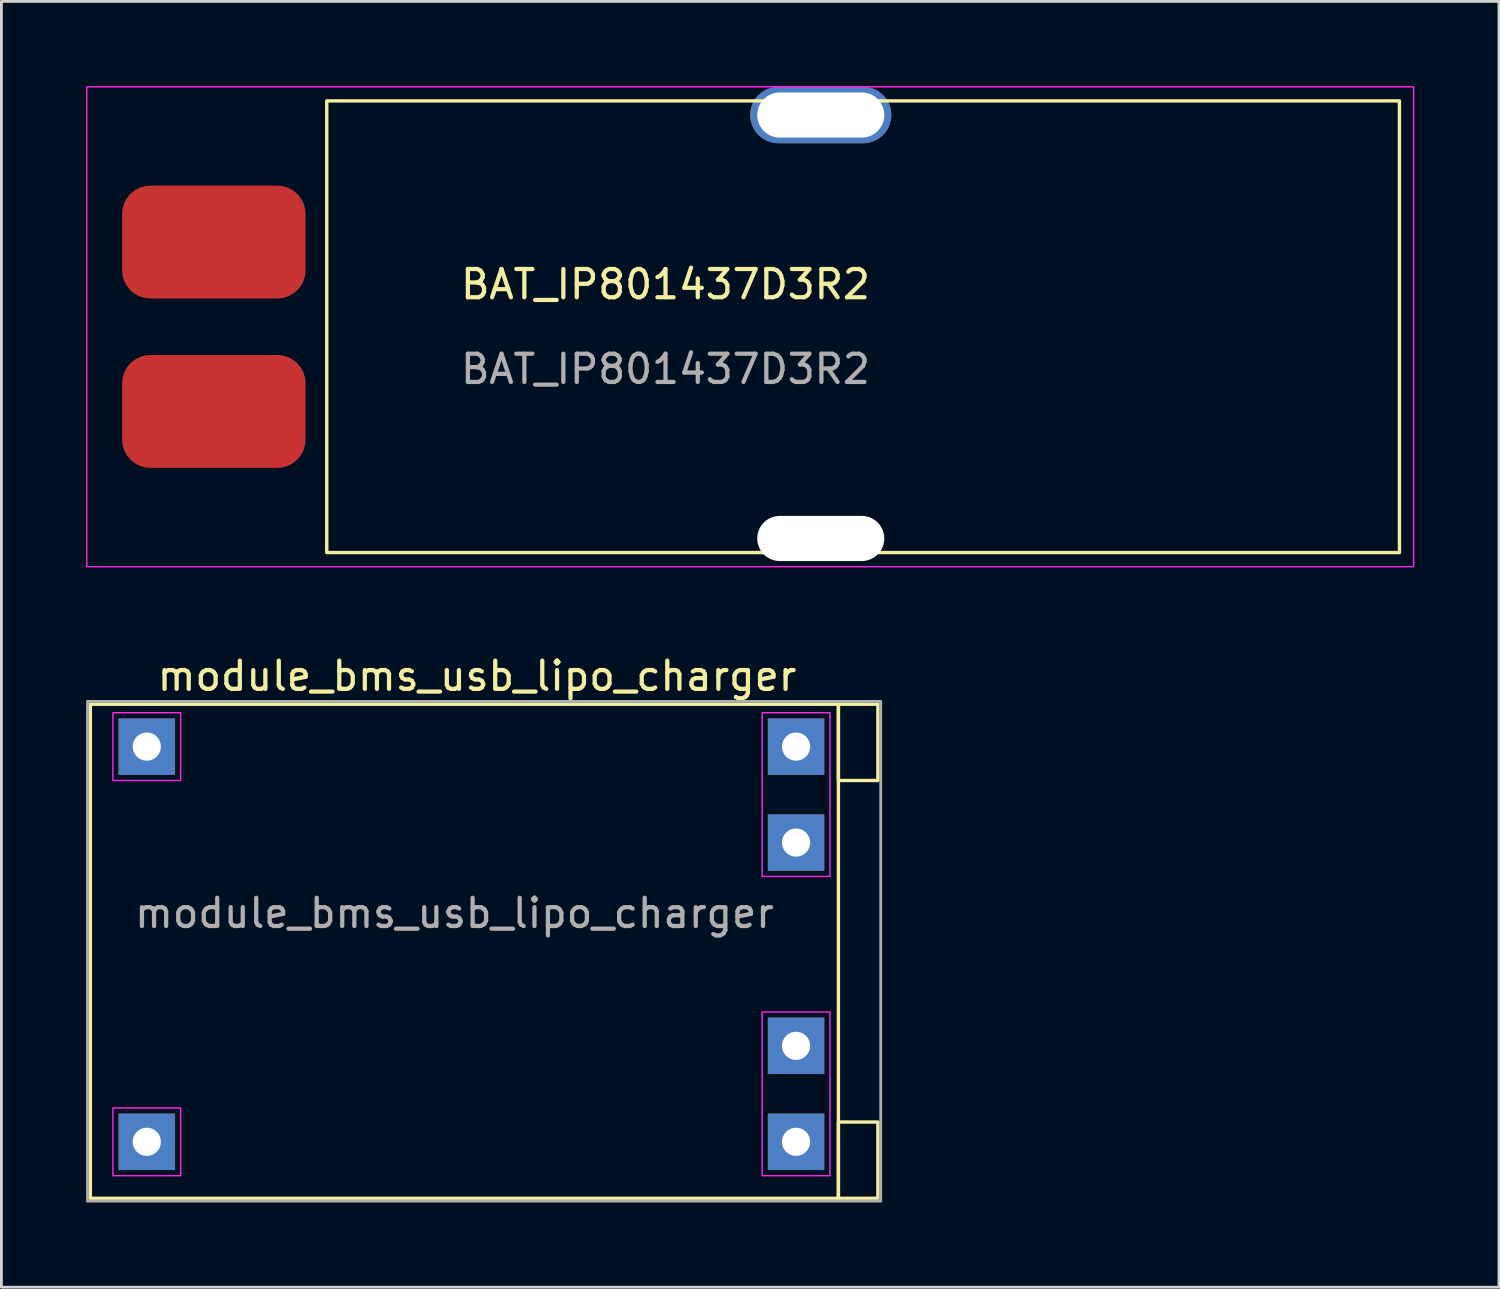
<source format=kicad_pcb>
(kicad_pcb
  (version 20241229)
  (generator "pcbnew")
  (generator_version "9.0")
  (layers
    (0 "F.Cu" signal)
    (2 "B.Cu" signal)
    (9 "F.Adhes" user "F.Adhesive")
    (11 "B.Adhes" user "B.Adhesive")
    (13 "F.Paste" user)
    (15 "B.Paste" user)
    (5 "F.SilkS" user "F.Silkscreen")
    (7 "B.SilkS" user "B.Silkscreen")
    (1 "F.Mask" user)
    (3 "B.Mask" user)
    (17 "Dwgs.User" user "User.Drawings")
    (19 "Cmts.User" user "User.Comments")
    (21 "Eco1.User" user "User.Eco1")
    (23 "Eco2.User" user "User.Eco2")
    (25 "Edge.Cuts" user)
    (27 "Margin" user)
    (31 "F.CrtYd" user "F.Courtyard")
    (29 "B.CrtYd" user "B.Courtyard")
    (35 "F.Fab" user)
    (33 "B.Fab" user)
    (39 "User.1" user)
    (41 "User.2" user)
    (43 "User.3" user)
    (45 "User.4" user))
  (footprint "BAT_IP801437D3R2"
    (layer "F.Cu")
    (at 4.525 11.525)
    (property "Reference" "BAT_IP801437D3R2" (at 16 -4.5 0) (unlocked yes) (layer "F.SilkS") (effects (font (size 1 1) (thickness 0.15))))
    (attr smd)
    (fp_rect (start 4 5) (end 42 -11) (stroke (width 0.12) (type solid)) (fill no) (layer "F.SilkS"))
    (fp_rect (start -4.5 5.5) (end 42.5 -11.5) (stroke (width 0.05) (type solid)) (fill no) (layer "F.CrtYd"))
    (fp_text user "${REFERENCE}" (at 16 -1.5 0) (unlocked yes) (layer "F.Fab") (effects (font (size 1 1) (thickness 0.15))))
    (pad "" thru_hole oval (at 21.5 -10.5) (size 5 2) (drill oval 4.5 1.6) (layers "*.Cu" "*.Mask"))
    (pad "" np_thru_hole oval (at 21.5 4.5) (size 4.5 1.6) (drill oval 4.5 1.6) (layers "*.Cu" "*.Mask"))
    (pad "1" smd roundrect (at 0 0) (size 6.5 4) (layers "F.Cu" "F.Mask" "F.Paste") (roundrect_rratio 0.25))
    (pad "2" smd roundrect (at 0 -6) (size 6.5 4) (layers "F.Cu" "F.Mask" "F.Paste") (roundrect_rratio 0.25)))
  (footprint "module_bms_usb_lipo_charger"
    (layer "F.Cu")
    (at 2.15 23.398)
    (property "Reference" "module_bms_usb_lipo_charger" (at 11.7 -2.5 0) (unlocked yes) (layer "F.SilkS") (effects (font (size 1 1) (thickness 0.15))))
    (attr through_hole)
    (fp_rect (start -2 -1.5) (end 24.5 16) (stroke (width 0.12) (type solid)) (fill no) (layer "F.SilkS"))
    (fp_rect (start 24.5 -1.5) (end 25.9 1.2) (stroke (width 0.12) (type solid)) (fill no) (layer "F.SilkS"))
    (fp_rect (start 24.5 16) (end 25.9 13.3) (stroke (width 0.12) (type solid)) (fill no) (layer "F.SilkS"))
    (fp_rect (start -1.2 -1.2) (end 1.2 1.2) (stroke (width 0.05) (type solid)) (fill no) (layer "F.CrtYd"))
    (fp_rect (start -1.2 12.8) (end 1.2 15.2) (stroke (width 0.05) (type solid)) (fill no) (layer "F.CrtYd"))
    (fp_rect (start 21.8 -1.2) (end 24.2 4.6) (stroke (width 0.05) (type solid)) (fill no) (layer "F.CrtYd"))
    (fp_rect (start 21.8 15.2) (end 24.2 9.4) (stroke (width 0.05) (type solid)) (fill no) (layer "F.CrtYd"))
    (fp_rect (start -2.1 -1.6) (end 26 16.1) (stroke (width 0.1) (type solid)) (fill no) (layer "F.Fab"))
    (fp_text user "${REFERENCE}" (at 10.9 5.9 0) (unlocked yes) (layer "F.Fab") (effects (font (size 1 1) (thickness 0.15))))
    (pad "b1" thru_hole rect (at 23 3.4) (size 2 2) (drill 1) (layers "*.Cu" "*.Mask"))
    (pad "b2" thru_hole rect (at 23 10.6) (size 2 2) (drill 1) (layers "*.Cu" "*.Mask"))
    (pad "i1" thru_hole rect (at 0 0) (size 2 2) (drill 1) (layers "*.Cu" "*.Mask"))
    (pad "i2" thru_hole rect (at 0 14) (size 2 2) (drill 1) (layers "*.Cu" "*.Mask"))
    (pad "o1" thru_hole rect (at 23 0) (size 2 2) (drill 1) (layers "*.Cu" "*.Mask"))
    (pad "o2" thru_hole rect (at 23 14) (size 2 2) (drill 1) (layers "*.Cu" "*.Mask")))
  (gr_rect
    (start -3 -3)
    (end 50.05 42.548)
    (stroke (width 0.1) (type default))
    (fill no)
    (layer "Edge.Cuts")))
</source>
